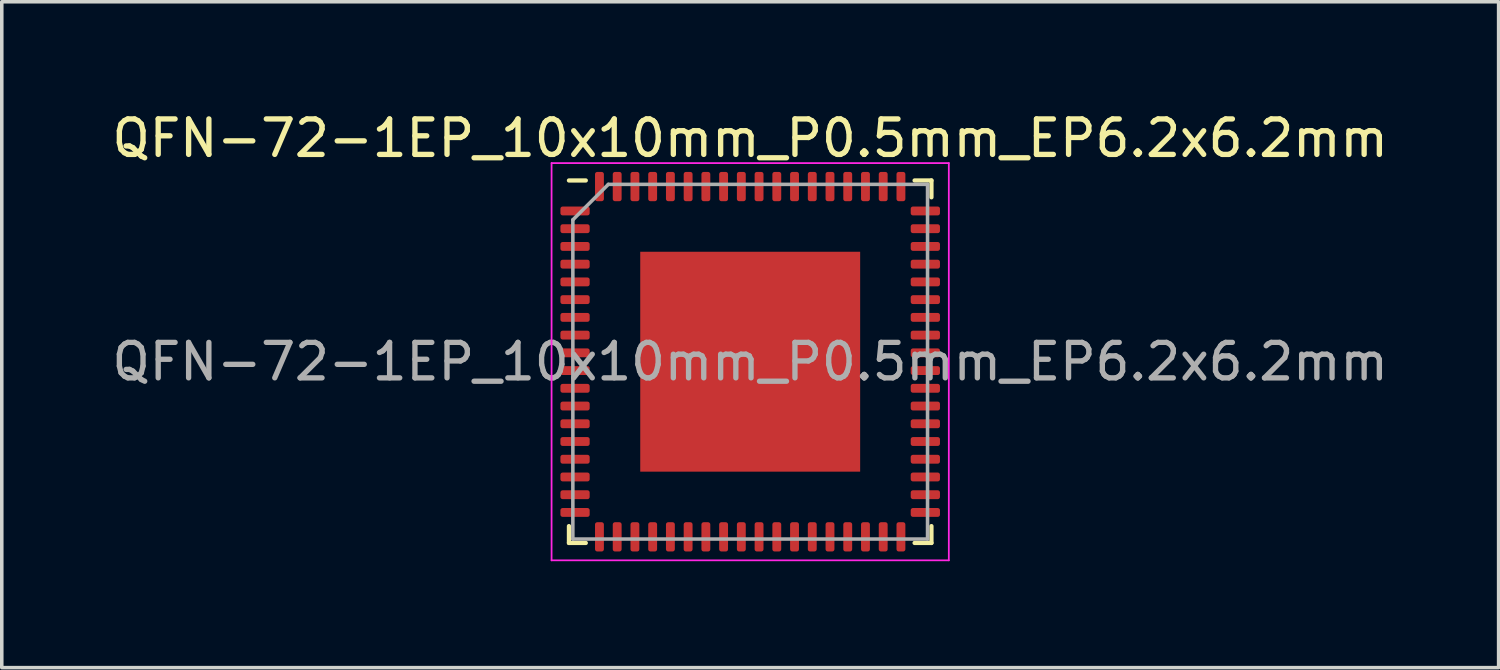
<source format=kicad_pcb>
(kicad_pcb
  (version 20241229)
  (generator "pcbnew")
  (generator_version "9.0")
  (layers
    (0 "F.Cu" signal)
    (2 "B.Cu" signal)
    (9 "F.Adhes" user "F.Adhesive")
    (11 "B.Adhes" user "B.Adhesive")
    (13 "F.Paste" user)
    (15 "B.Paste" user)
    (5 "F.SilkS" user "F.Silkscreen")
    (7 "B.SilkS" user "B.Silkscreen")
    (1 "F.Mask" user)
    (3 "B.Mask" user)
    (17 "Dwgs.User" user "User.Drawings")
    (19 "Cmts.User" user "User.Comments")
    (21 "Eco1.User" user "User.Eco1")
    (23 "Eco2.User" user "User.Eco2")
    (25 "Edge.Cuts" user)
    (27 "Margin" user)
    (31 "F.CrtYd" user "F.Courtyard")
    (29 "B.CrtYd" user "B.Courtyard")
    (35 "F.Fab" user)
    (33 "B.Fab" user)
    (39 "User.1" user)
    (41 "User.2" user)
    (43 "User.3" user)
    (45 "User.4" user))
  (footprint "QFN-72-1EP_10x10mm_P0.5mm_EP6.2x6.2mm"
    (layer "F.Cu")
    (at 18.101 7.148)
    (property "Reference" "QFN-72-1EP_10x10mm_P0.5mm_EP6.2x6.2mm" (at 0 -6.3 0) (layer "F.SilkS") (effects (font (size 1 1) (thickness 0.15))))
    (attr smd)
    (fp_line (start -5.11 5.11) (end -5.11 4.635) (stroke (width 0.12) (type solid)) (layer "F.SilkS"))
    (fp_line (start -4.635 -5.11) (end -5.11 -5.11) (stroke (width 0.12) (type solid)) (layer "F.SilkS"))
    (fp_line (start -4.635 5.11) (end -5.11 5.11) (stroke (width 0.12) (type solid)) (layer "F.SilkS"))
    (fp_line (start 4.635 -5.11) (end 5.11 -5.11) (stroke (width 0.12) (type solid)) (layer "F.SilkS"))
    (fp_line (start 4.635 5.11) (end 5.11 5.11) (stroke (width 0.12) (type solid)) (layer "F.SilkS"))
    (fp_line (start 5.11 -5.11) (end 5.11 -4.635) (stroke (width 0.12) (type solid)) (layer "F.SilkS"))
    (fp_line (start 5.11 5.11) (end 5.11 4.635) (stroke (width 0.12) (type solid)) (layer "F.SilkS"))
    (fp_line (start -5.6 -5.6) (end -5.6 5.6) (stroke (width 0.05) (type solid)) (layer "F.CrtYd"))
    (fp_line (start -5.6 5.6) (end 5.6 5.6) (stroke (width 0.05) (type solid)) (layer "F.CrtYd"))
    (fp_line (start 5.6 -5.6) (end -5.6 -5.6) (stroke (width 0.05) (type solid)) (layer "F.CrtYd"))
    (fp_line (start 5.6 5.6) (end 5.6 -5.6) (stroke (width 0.05) (type solid)) (layer "F.CrtYd"))
    (fp_line (start -5 -4) (end -4 -5) (stroke (width 0.1) (type solid)) (layer "F.Fab"))
    (fp_line (start -5 5) (end -5 -4) (stroke (width 0.1) (type solid)) (layer "F.Fab"))
    (fp_line (start -4 -5) (end 5 -5) (stroke (width 0.1) (type solid)) (layer "F.Fab"))
    (fp_line (start 5 -5) (end 5 5) (stroke (width 0.1) (type solid)) (layer "F.Fab"))
    (fp_line (start 5 5) (end -5 5) (stroke (width 0.1) (type solid)) (layer "F.Fab"))
    (fp_text user "${REFERENCE}" (at 0 0 0) (layer "F.Fab") (effects (font (size 1 1) (thickness 0.15))))
    (pad "" smd roundrect (at -2.07 -2.07) (size 1.67 1.67) (layers "F.Paste") (roundrect_rratio 0.15))
    (pad "" smd roundrect (at -2.07 0) (size 1.67 1.67) (layers "F.Paste") (roundrect_rratio 0.15))
    (pad "" smd roundrect (at -2.07 2.07) (size 1.67 1.67) (layers "F.Paste") (roundrect_rratio 0.15))
    (pad "" smd roundrect (at 0 -2.07) (size 1.67 1.67) (layers "F.Paste") (roundrect_rratio 0.15))
    (pad "" smd roundrect (at 0 0) (size 1.67 1.67) (layers "F.Paste") (roundrect_rratio 0.15))
    (pad "" smd roundrect (at 0 2.07) (size 1.67 1.67) (layers "F.Paste") (roundrect_rratio 0.15))
    (pad "" smd roundrect (at 2.07 -2.07) (size 1.67 1.67) (layers "F.Paste") (roundrect_rratio 0.15))
    (pad "" smd roundrect (at 2.07 0) (size 1.67 1.67) (layers "F.Paste") (roundrect_rratio 0.15))
    (pad "" smd roundrect (at 2.07 2.07) (size 1.67 1.67) (layers "F.Paste") (roundrect_rratio 0.15))
    (pad "1" smd roundrect (at -4.938 -4.25) (size 0.825 0.25) (layers "F.Cu" "F.Mask" "F.Paste") (roundrect_rratio 0.25))
    (pad "2" smd roundrect (at -4.938 -3.75) (size 0.825 0.25) (layers "F.Cu" "F.Mask" "F.Paste") (roundrect_rratio 0.25))
    (pad "3" smd roundrect (at -4.938 -3.25) (size 0.825 0.25) (layers "F.Cu" "F.Mask" "F.Paste") (roundrect_rratio 0.25))
    (pad "4" smd roundrect (at -4.938 -2.75) (size 0.825 0.25) (layers "F.Cu" "F.Mask" "F.Paste") (roundrect_rratio 0.25))
    (pad "5" smd roundrect (at -4.938 -2.25) (size 0.825 0.25) (layers "F.Cu" "F.Mask" "F.Paste") (roundrect_rratio 0.25))
    (pad "6" smd roundrect (at -4.938 -1.75) (size 0.825 0.25) (layers "F.Cu" "F.Mask" "F.Paste") (roundrect_rratio 0.25))
    (pad "7" smd roundrect (at -4.938 -1.25) (size 0.825 0.25) (layers "F.Cu" "F.Mask" "F.Paste") (roundrect_rratio 0.25))
    (pad "8" smd roundrect (at -4.938 -0.75) (size 0.825 0.25) (layers "F.Cu" "F.Mask" "F.Paste") (roundrect_rratio 0.25))
    (pad "9" smd roundrect (at -4.938 -0.25) (size 0.825 0.25) (layers "F.Cu" "F.Mask" "F.Paste") (roundrect_rratio 0.25))
    (pad "10" smd roundrect (at -4.938 0.25) (size 0.825 0.25) (layers "F.Cu" "F.Mask" "F.Paste") (roundrect_rratio 0.25))
    (pad "11" smd roundrect (at -4.938 0.75) (size 0.825 0.25) (layers "F.Cu" "F.Mask" "F.Paste") (roundrect_rratio 0.25))
    (pad "12" smd roundrect (at -4.938 1.25) (size 0.825 0.25) (layers "F.Cu" "F.Mask" "F.Paste") (roundrect_rratio 0.25))
    (pad "13" smd roundrect (at -4.938 1.75) (size 0.825 0.25) (layers "F.Cu" "F.Mask" "F.Paste") (roundrect_rratio 0.25))
    (pad "14" smd roundrect (at -4.938 2.25) (size 0.825 0.25) (layers "F.Cu" "F.Mask" "F.Paste") (roundrect_rratio 0.25))
    (pad "15" smd roundrect (at -4.938 2.75) (size 0.825 0.25) (layers "F.Cu" "F.Mask" "F.Paste") (roundrect_rratio 0.25))
    (pad "16" smd roundrect (at -4.938 3.25) (size 0.825 0.25) (layers "F.Cu" "F.Mask" "F.Paste") (roundrect_rratio 0.25))
    (pad "17" smd roundrect (at -4.938 3.75) (size 0.825 0.25) (layers "F.Cu" "F.Mask" "F.Paste") (roundrect_rratio 0.25))
    (pad "18" smd roundrect (at -4.938 4.25) (size 0.825 0.25) (layers "F.Cu" "F.Mask" "F.Paste") (roundrect_rratio 0.25))
    (pad "19" smd roundrect (at -4.25 4.938) (size 0.25 0.825) (layers "F.Cu" "F.Mask" "F.Paste") (roundrect_rratio 0.25))
    (pad "20" smd roundrect (at -3.75 4.938) (size 0.25 0.825) (layers "F.Cu" "F.Mask" "F.Paste") (roundrect_rratio 0.25))
    (pad "21" smd roundrect (at -3.25 4.938) (size 0.25 0.825) (layers "F.Cu" "F.Mask" "F.Paste") (roundrect_rratio 0.25))
    (pad "22" smd roundrect (at -2.75 4.938) (size 0.25 0.825) (layers "F.Cu" "F.Mask" "F.Paste") (roundrect_rratio 0.25))
    (pad "23" smd roundrect (at -2.25 4.938) (size 0.25 0.825) (layers "F.Cu" "F.Mask" "F.Paste") (roundrect_rratio 0.25))
    (pad "24" smd roundrect (at -1.75 4.938) (size 0.25 0.825) (layers "F.Cu" "F.Mask" "F.Paste") (roundrect_rratio 0.25))
    (pad "25" smd roundrect (at -1.25 4.938) (size 0.25 0.825) (layers "F.Cu" "F.Mask" "F.Paste") (roundrect_rratio 0.25))
    (pad "26" smd roundrect (at -0.75 4.938) (size 0.25 0.825) (layers "F.Cu" "F.Mask" "F.Paste") (roundrect_rratio 0.25))
    (pad "27" smd roundrect (at -0.25 4.938) (size 0.25 0.825) (layers "F.Cu" "F.Mask" "F.Paste") (roundrect_rratio 0.25))
    (pad "28" smd roundrect (at 0.25 4.938) (size 0.25 0.825) (layers "F.Cu" "F.Mask" "F.Paste") (roundrect_rratio 0.25))
    (pad "29" smd roundrect (at 0.75 4.938) (size 0.25 0.825) (layers "F.Cu" "F.Mask" "F.Paste") (roundrect_rratio 0.25))
    (pad "30" smd roundrect (at 1.25 4.938) (size 0.25 0.825) (layers "F.Cu" "F.Mask" "F.Paste") (roundrect_rratio 0.25))
    (pad "31" smd roundrect (at 1.75 4.938) (size 0.25 0.825) (layers "F.Cu" "F.Mask" "F.Paste") (roundrect_rratio 0.25))
    (pad "32" smd roundrect (at 2.25 4.938) (size 0.25 0.825) (layers "F.Cu" "F.Mask" "F.Paste") (roundrect_rratio 0.25))
    (pad "33" smd roundrect (at 2.75 4.938) (size 0.25 0.825) (layers "F.Cu" "F.Mask" "F.Paste") (roundrect_rratio 0.25))
    (pad "34" smd roundrect (at 3.25 4.938) (size 0.25 0.825) (layers "F.Cu" "F.Mask" "F.Paste") (roundrect_rratio 0.25))
    (pad "35" smd roundrect (at 3.75 4.938) (size 0.25 0.825) (layers "F.Cu" "F.Mask" "F.Paste") (roundrect_rratio 0.25))
    (pad "36" smd roundrect (at 4.25 4.938) (size 0.25 0.825) (layers "F.Cu" "F.Mask" "F.Paste") (roundrect_rratio 0.25))
    (pad "37" smd roundrect (at 4.938 4.25) (size 0.825 0.25) (layers "F.Cu" "F.Mask" "F.Paste") (roundrect_rratio 0.25))
    (pad "38" smd roundrect (at 4.938 3.75) (size 0.825 0.25) (layers "F.Cu" "F.Mask" "F.Paste") (roundrect_rratio 0.25))
    (pad "39" smd roundrect (at 4.938 3.25) (size 0.825 0.25) (layers "F.Cu" "F.Mask" "F.Paste") (roundrect_rratio 0.25))
    (pad "40" smd roundrect (at 4.938 2.75) (size 0.825 0.25) (layers "F.Cu" "F.Mask" "F.Paste") (roundrect_rratio 0.25))
    (pad "41" smd roundrect (at 4.938 2.25) (size 0.825 0.25) (layers "F.Cu" "F.Mask" "F.Paste") (roundrect_rratio 0.25))
    (pad "42" smd roundrect (at 4.938 1.75) (size 0.825 0.25) (layers "F.Cu" "F.Mask" "F.Paste") (roundrect_rratio 0.25))
    (pad "43" smd roundrect (at 4.938 1.25) (size 0.825 0.25) (layers "F.Cu" "F.Mask" "F.Paste") (roundrect_rratio 0.25))
    (pad "44" smd roundrect (at 4.938 0.75) (size 0.825 0.25) (layers "F.Cu" "F.Mask" "F.Paste") (roundrect_rratio 0.25))
    (pad "45" smd roundrect (at 4.938 0.25) (size 0.825 0.25) (layers "F.Cu" "F.Mask" "F.Paste") (roundrect_rratio 0.25))
    (pad "46" smd roundrect (at 4.938 -0.25) (size 0.825 0.25) (layers "F.Cu" "F.Mask" "F.Paste") (roundrect_rratio 0.25))
    (pad "47" smd roundrect (at 4.938 -0.75) (size 0.825 0.25) (layers "F.Cu" "F.Mask" "F.Paste") (roundrect_rratio 0.25))
    (pad "48" smd roundrect (at 4.938 -1.25) (size 0.825 0.25) (layers "F.Cu" "F.Mask" "F.Paste") (roundrect_rratio 0.25))
    (pad "49" smd roundrect (at 4.938 -1.75) (size 0.825 0.25) (layers "F.Cu" "F.Mask" "F.Paste") (roundrect_rratio 0.25))
    (pad "50" smd roundrect (at 4.938 -2.25) (size 0.825 0.25) (layers "F.Cu" "F.Mask" "F.Paste") (roundrect_rratio 0.25))
    (pad "51" smd roundrect (at 4.938 -2.75) (size 0.825 0.25) (layers "F.Cu" "F.Mask" "F.Paste") (roundrect_rratio 0.25))
    (pad "52" smd roundrect (at 4.938 -3.25) (size 0.825 0.25) (layers "F.Cu" "F.Mask" "F.Paste") (roundrect_rratio 0.25))
    (pad "53" smd roundrect (at 4.938 -3.75) (size 0.825 0.25) (layers "F.Cu" "F.Mask" "F.Paste") (roundrect_rratio 0.25))
    (pad "54" smd roundrect (at 4.938 -4.25) (size 0.825 0.25) (layers "F.Cu" "F.Mask" "F.Paste") (roundrect_rratio 0.25))
    (pad "55" smd roundrect (at 4.25 -4.938) (size 0.25 0.825) (layers "F.Cu" "F.Mask" "F.Paste") (roundrect_rratio 0.25))
    (pad "56" smd roundrect (at 3.75 -4.938) (size 0.25 0.825) (layers "F.Cu" "F.Mask" "F.Paste") (roundrect_rratio 0.25))
    (pad "57" smd roundrect (at 3.25 -4.938) (size 0.25 0.825) (layers "F.Cu" "F.Mask" "F.Paste") (roundrect_rratio 0.25))
    (pad "58" smd roundrect (at 2.75 -4.938) (size 0.25 0.825) (layers "F.Cu" "F.Mask" "F.Paste") (roundrect_rratio 0.25))
    (pad "59" smd roundrect (at 2.25 -4.938) (size 0.25 0.825) (layers "F.Cu" "F.Mask" "F.Paste") (roundrect_rratio 0.25))
    (pad "60" smd roundrect (at 1.75 -4.938) (size 0.25 0.825) (layers "F.Cu" "F.Mask" "F.Paste") (roundrect_rratio 0.25))
    (pad "61" smd roundrect (at 1.25 -4.938) (size 0.25 0.825) (layers "F.Cu" "F.Mask" "F.Paste") (roundrect_rratio 0.25))
    (pad "62" smd roundrect (at 0.75 -4.938) (size 0.25 0.825) (layers "F.Cu" "F.Mask" "F.Paste") (roundrect_rratio 0.25))
    (pad "63" smd roundrect (at 0.25 -4.938) (size 0.25 0.825) (layers "F.Cu" "F.Mask" "F.Paste") (roundrect_rratio 0.25))
    (pad "64" smd roundrect (at -0.25 -4.938) (size 0.25 0.825) (layers "F.Cu" "F.Mask" "F.Paste") (roundrect_rratio 0.25))
    (pad "65" smd roundrect (at -0.75 -4.938) (size 0.25 0.825) (layers "F.Cu" "F.Mask" "F.Paste") (roundrect_rratio 0.25))
    (pad "66" smd roundrect (at -1.25 -4.938) (size 0.25 0.825) (layers "F.Cu" "F.Mask" "F.Paste") (roundrect_rratio 0.25))
    (pad "67" smd roundrect (at -1.75 -4.938) (size 0.25 0.825) (layers "F.Cu" "F.Mask" "F.Paste") (roundrect_rratio 0.25))
    (pad "68" smd roundrect (at -2.25 -4.938) (size 0.25 0.825) (layers "F.Cu" "F.Mask" "F.Paste") (roundrect_rratio 0.25))
    (pad "69" smd roundrect (at -2.75 -4.938) (size 0.25 0.825) (layers "F.Cu" "F.Mask" "F.Paste") (roundrect_rratio 0.25))
    (pad "70" smd roundrect (at -3.25 -4.938) (size 0.25 0.825) (layers "F.Cu" "F.Mask" "F.Paste") (roundrect_rratio 0.25))
    (pad "71" smd roundrect (at -3.75 -4.938) (size 0.25 0.825) (layers "F.Cu" "F.Mask" "F.Paste") (roundrect_rratio 0.25))
    (pad "72" smd roundrect (at -4.25 -4.938) (size 0.25 0.825) (layers "F.Cu" "F.Mask" "F.Paste") (roundrect_rratio 0.25))
    (pad "73" smd rect (at 0 0) (size 6.2 6.2) (layers "F.Cu" "F.Mask")))
  (gr_rect
    (start -3 -3)
    (end 39.202 15.773)
    (stroke (width 0.1) (type default))
    (fill no)
    (layer "Edge.Cuts")))
</source>
